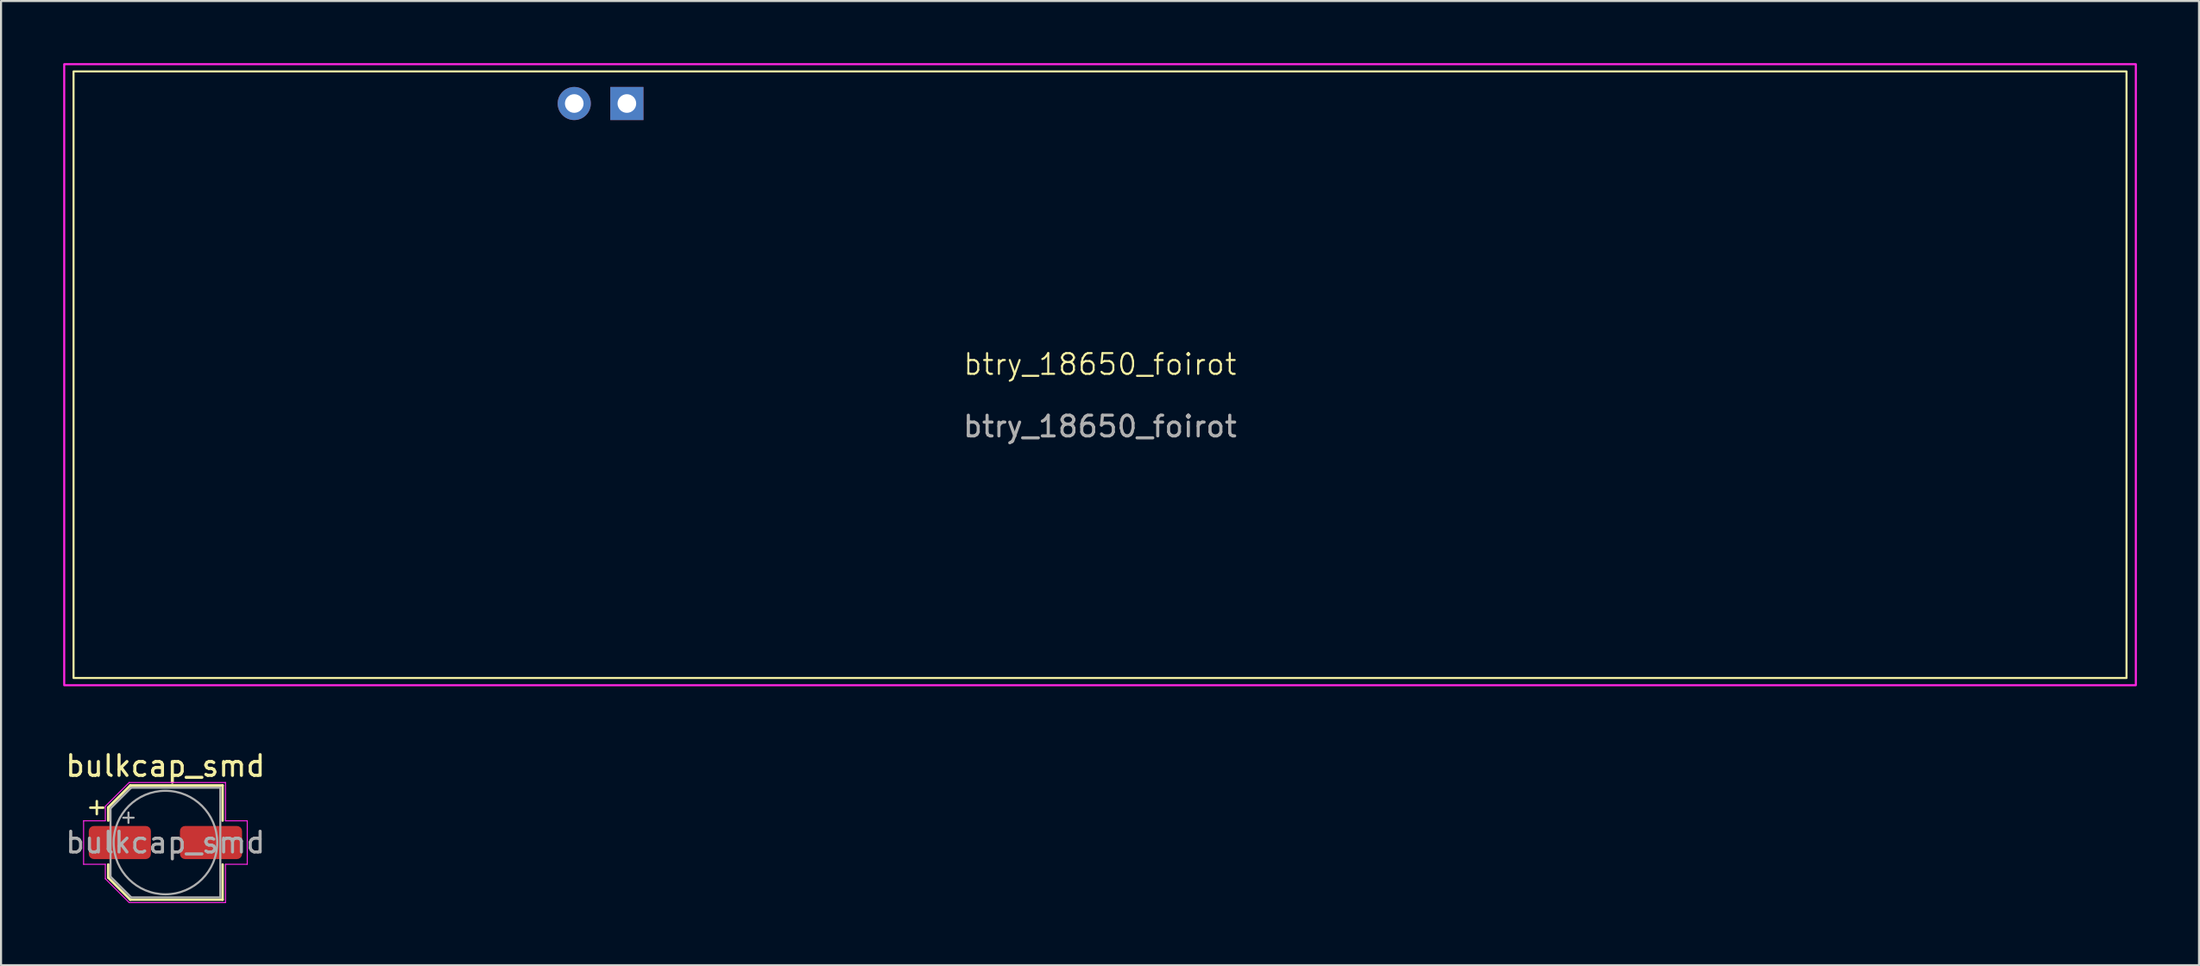
<source format=kicad_pcb>
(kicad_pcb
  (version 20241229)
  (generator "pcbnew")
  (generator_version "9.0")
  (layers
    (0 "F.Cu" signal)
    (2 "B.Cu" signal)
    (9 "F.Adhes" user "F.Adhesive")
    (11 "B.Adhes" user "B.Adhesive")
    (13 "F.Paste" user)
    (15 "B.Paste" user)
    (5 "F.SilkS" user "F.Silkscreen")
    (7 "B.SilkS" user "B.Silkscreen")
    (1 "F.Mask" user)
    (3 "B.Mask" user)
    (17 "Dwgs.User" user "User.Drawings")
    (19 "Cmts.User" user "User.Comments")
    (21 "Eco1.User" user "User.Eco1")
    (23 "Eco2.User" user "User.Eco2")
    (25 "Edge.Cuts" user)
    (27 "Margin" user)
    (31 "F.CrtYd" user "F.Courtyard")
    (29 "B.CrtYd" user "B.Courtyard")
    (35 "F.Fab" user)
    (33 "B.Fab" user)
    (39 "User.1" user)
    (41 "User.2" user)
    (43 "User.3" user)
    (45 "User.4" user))
  (footprint "btry_18650_foirot"
    (layer "F.Cu")
    (at 50.05 15.05)
    (property "Reference" "btry_18650_foirot" (at 0 -0.5 0) (unlocked yes) (layer "F.SilkS") (effects (font (size 1 1) (thickness 0.1))))
    (attr through_hole)
    (fp_rect (start -49.55 -14.65) (end 49.55 14.65) (stroke (width 0.1) (type solid)) (fill no) (layer "F.SilkS"))
    (fp_rect (start -50 -15) (end 50 15) (stroke (width 0.1) (type solid)) (fill no) (layer "F.CrtYd"))
    (fp_text user "${REFERENCE}" (at 0 2.5 0) (unlocked yes) (layer "F.Fab") (effects (font (size 1 1) (thickness 0.15))))
    (pad "1" thru_hole oval (at -25.38 -13.1) (size 1.6 1.6) (drill 0.9) (layers "*.Cu" "*.Mask"))
    (pad "1" thru_hole rect (at -22.84 -13.1) (size 1.6 1.6) (drill 0.9) (layers "*.Cu" "*.Mask")))
  (footprint "bulkcap_smd"
    (layer "F.Cu")
    (at 4.935 37.648)
    (property "Reference" "bulkcap_smd" (at 0 -3.7 0) (layer "F.SilkS") (effects (font (size 1 1) (thickness 0.15))))
    (attr smd)
    (fp_line (start -3.625 -1.685) (end -3 -1.685) (stroke (width 0.12) (type solid)) (layer "F.SilkS"))
    (fp_line (start -3.312 -1.998) (end -3.312 -1.373) (stroke (width 0.12) (type solid)) (layer "F.SilkS"))
    (fp_line (start -2.76 -1.696) (end -2.76 -1.06) (stroke (width 0.12) (type solid)) (layer "F.SilkS"))
    (fp_line (start -2.76 -1.696) (end -1.696 -2.76) (stroke (width 0.12) (type solid)) (layer "F.SilkS"))
    (fp_line (start -2.76 1.696) (end -2.76 1.06) (stroke (width 0.12) (type solid)) (layer "F.SilkS"))
    (fp_line (start -2.76 1.696) (end -1.696 2.76) (stroke (width 0.12) (type solid)) (layer "F.SilkS"))
    (fp_line (start -1.696 -2.76) (end 2.76 -2.76) (stroke (width 0.12) (type solid)) (layer "F.SilkS"))
    (fp_line (start -1.696 2.76) (end 2.76 2.76) (stroke (width 0.12) (type solid)) (layer "F.SilkS"))
    (fp_line (start 2.76 -2.76) (end 2.76 -1.06) (stroke (width 0.12) (type solid)) (layer "F.SilkS"))
    (fp_line (start 2.76 2.76) (end 2.76 1.06) (stroke (width 0.12) (type solid)) (layer "F.SilkS"))
    (fp_line (start -3.95 -1.05) (end -3.95 1.05) (stroke (width 0.05) (type solid)) (layer "F.CrtYd"))
    (fp_line (start -3.95 1.05) (end -2.9 1.05) (stroke (width 0.05) (type solid)) (layer "F.CrtYd"))
    (fp_line (start -2.9 -1.75) (end -2.9 -1.05) (stroke (width 0.05) (type solid)) (layer "F.CrtYd"))
    (fp_line (start -2.9 -1.75) (end -1.75 -2.9) (stroke (width 0.05) (type solid)) (layer "F.CrtYd"))
    (fp_line (start -2.9 -1.05) (end -3.95 -1.05) (stroke (width 0.05) (type solid)) (layer "F.CrtYd"))
    (fp_line (start -2.9 1.05) (end -2.9 1.75) (stroke (width 0.05) (type solid)) (layer "F.CrtYd"))
    (fp_line (start -2.9 1.75) (end -1.75 2.9) (stroke (width 0.05) (type solid)) (layer "F.CrtYd"))
    (fp_line (start -1.75 -2.9) (end 2.9 -2.9) (stroke (width 0.05) (type solid)) (layer "F.CrtYd"))
    (fp_line (start -1.75 2.9) (end 2.9 2.9) (stroke (width 0.05) (type solid)) (layer "F.CrtYd"))
    (fp_line (start 2.9 -2.9) (end 2.9 -1.05) (stroke (width 0.05) (type solid)) (layer "F.CrtYd"))
    (fp_line (start 2.9 -1.05) (end 3.95 -1.05) (stroke (width 0.05) (type solid)) (layer "F.CrtYd"))
    (fp_line (start 2.9 1.05) (end 2.9 2.9) (stroke (width 0.05) (type solid)) (layer "F.CrtYd"))
    (fp_line (start 3.95 -1.05) (end 3.95 1.05) (stroke (width 0.05) (type solid)) (layer "F.CrtYd"))
    (fp_line (start 3.95 1.05) (end 2.9 1.05) (stroke (width 0.05) (type solid)) (layer "F.CrtYd"))
    (fp_line (start -2.65 -1.65) (end -2.65 1.65) (stroke (width 0.1) (type solid)) (layer "F.Fab"))
    (fp_line (start -2.65 -1.65) (end -1.65 -2.65) (stroke (width 0.1) (type solid)) (layer "F.Fab"))
    (fp_line (start -2.65 1.65) (end -1.65 2.65) (stroke (width 0.1) (type solid)) (layer "F.Fab"))
    (fp_line (start -2.034 -1.2) (end -1.534 -1.2) (stroke (width 0.1) (type solid)) (layer "F.Fab"))
    (fp_line (start -1.784 -1.45) (end -1.784 -0.95) (stroke (width 0.1) (type solid)) (layer "F.Fab"))
    (fp_line (start -1.65 -2.65) (end 2.65 -2.65) (stroke (width 0.1) (type solid)) (layer "F.Fab"))
    (fp_line (start -1.65 2.65) (end 2.65 2.65) (stroke (width 0.1) (type solid)) (layer "F.Fab"))
    (fp_line (start 2.65 -2.65) (end 2.65 2.65) (stroke (width 0.1) (type solid)) (layer "F.Fab"))
    (fp_circle (center 0 0) (end 2.5 0) (stroke (width 0.1) (type solid)) (fill no) (layer "F.Fab"))
    (fp_text user "${REFERENCE}" (at 0 0 0) (layer "F.Fab") (effects (font (size 1 1) (thickness 0.15))))
    (pad "1" smd roundrect (at -2.2 0) (size 3 1.6) (layers "F.Cu" "F.Mask" "F.Paste") (roundrect_rratio 0.156))
    (pad "2" smd roundrect (at 2.2 0) (size 3 1.6) (layers "F.Cu" "F.Mask" "F.Paste") (roundrect_rratio 0.156)))
  (gr_rect
    (start -3 -3)
    (end 103.1 43.573)
    (stroke (width 0.1) (type default))
    (fill no)
    (layer "Edge.Cuts")))
</source>
